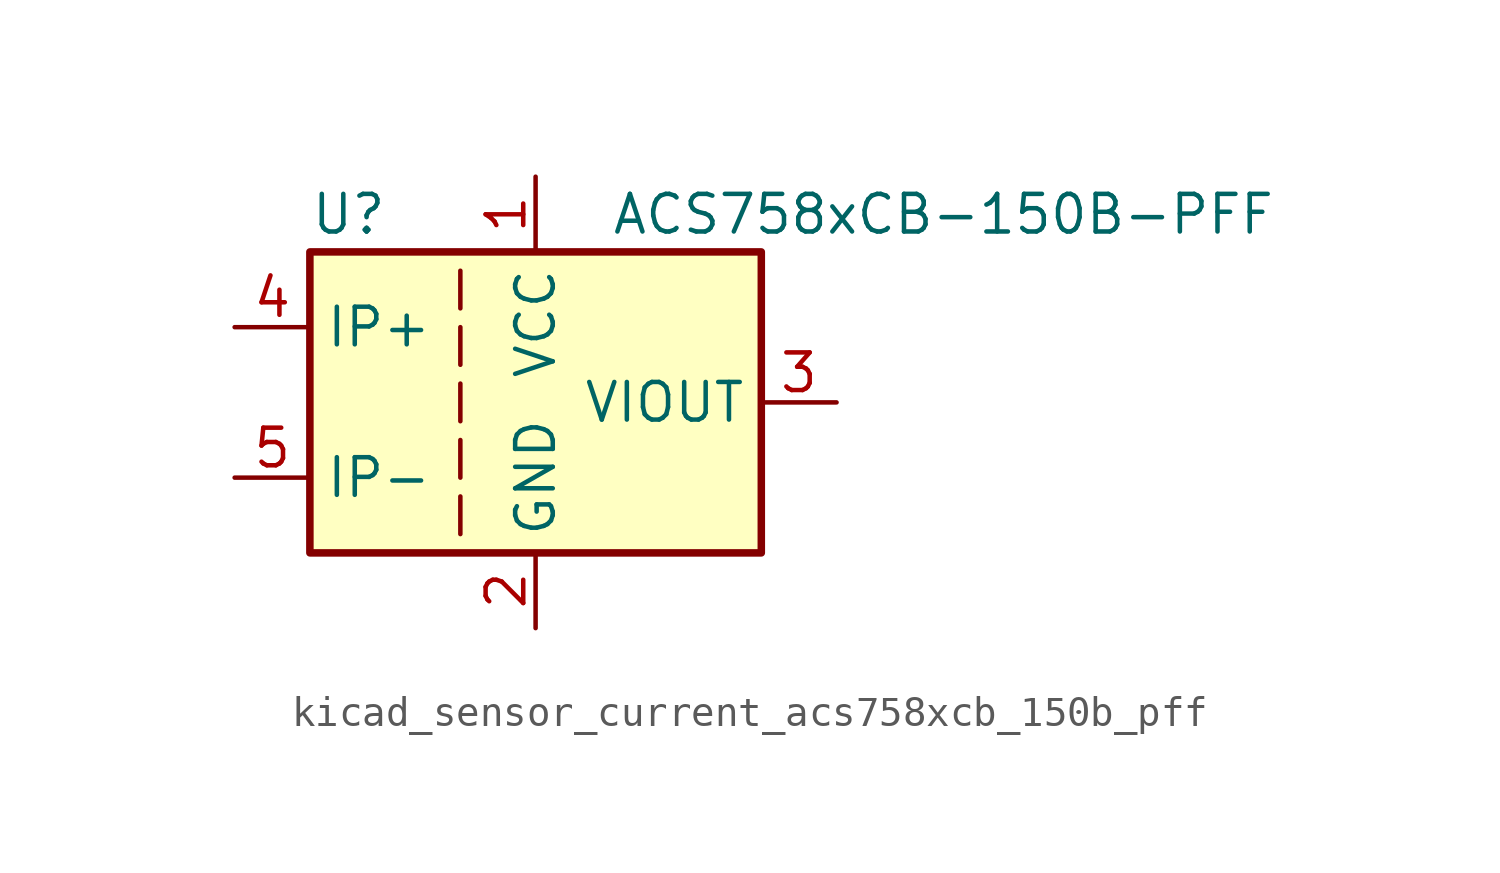
<source format=kicad_sym>
(kicad_symbol_lib
  (version 20220914)
  (generator kicad_symbol_editor)
  (symbol "kicad_sensor_current_acs758xcb_150b_pff"
    (property "Reference" "U"
      (at -7.62 6.35 0)
      (effects (font (size 1.27 1.27)) (justify left)))
    (property "Value" "ACS758xCB-150B-PFF"
      (at 2.54 6.35 0)
      (effects (font (size 1.27 1.27)) (justify left)))
    (symbol "kicad_sensor_current_acs758xcb_150b_pff_0_1"
      (rectangle (start -7.62 5.08) (end 7.62 -5.08) (stroke (width 0.254) (type default)) (fill (type background)))
      (polyline (pts (xy -2.54 -3.175) (xy -2.54 -4.445)) (stroke (width 0) (type default)) (fill (type none)))
      (polyline (pts (xy -2.54 -1.27) (xy -2.54 -2.54)) (stroke (width 0) (type default)) (fill (type none)))
      (polyline (pts (xy -2.54 0.635) (xy -2.54 -0.635)) (stroke (width 0) (type default)) (fill (type none)))
      (polyline (pts (xy -2.54 1.27) (xy -2.54 2.54)) (stroke (width 0) (type default)) (fill (type none)))
      (polyline (pts (xy -2.54 3.175) (xy -2.54 4.445)) (stroke (width 0) (type default)) (fill (type none))))
    (symbol "kicad_sensor_current_acs758xcb_150b_pff_1_1"
      (pin power_in line (at 0 7.62 270) (length 2.54) (name "VCC" (effects (font (size 1.27 1.27)))) (number "1" (effects (font (size 1.27 1.27)))))
      (pin power_in line (at 0 -7.62 90) (length 2.54) (name "GND" (effects (font (size 1.27 1.27)))) (number "2" (effects (font (size 1.27 1.27)))))
      (pin output line (at 10.16 0 180) (length 2.54) (name "VIOUT" (effects (font (size 1.27 1.27)))) (number "3" (effects (font (size 1.27 1.27)))))
      (pin passive line (at -10.16 2.54 0) (length 2.54) (name "IP+" (effects (font (size 1.27 1.27)))) (number "4" (effects (font (size 1.27 1.27)))))
      (pin passive line (at -10.16 -2.54 0) (length 2.54) (name "IP-" (effects (font (size 1.27 1.27)))) (number "5" (effects (font (size 1.27 1.27))))))))
</source>
